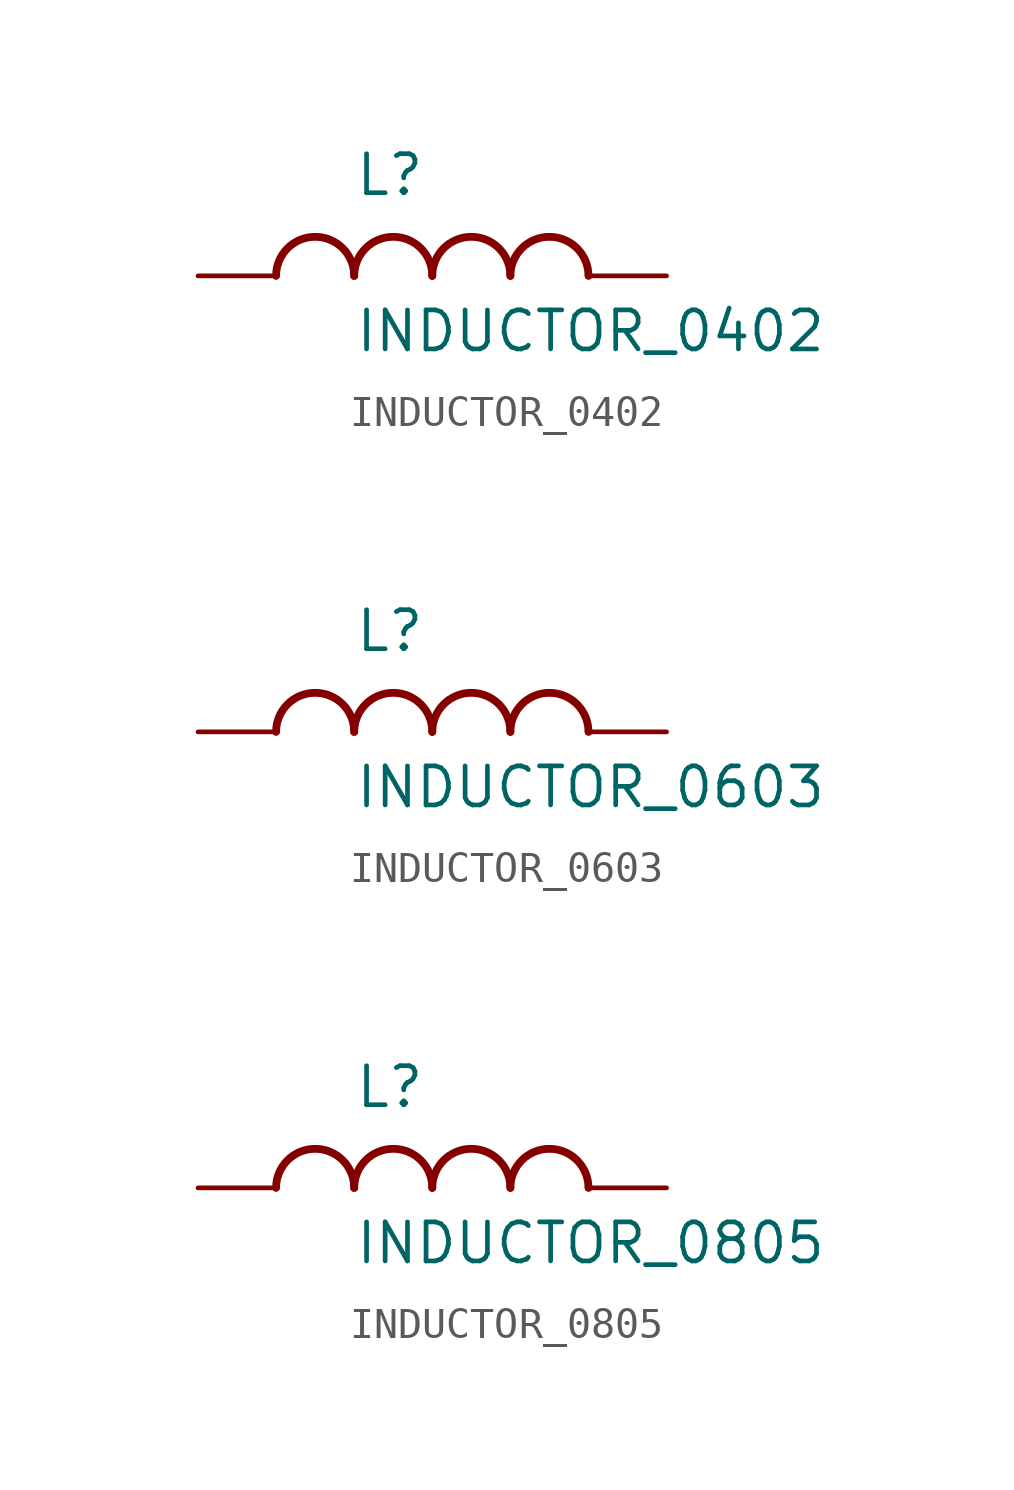
<source format=kicad_sym>
(kicad_symbol_lib
  (version 20211014)
  (generator kicad_symbol_editor)
  (symbol "INDUCTOR_0402"
    (pin_numbers hide)
    (pin_names hide)
    (property "Reference" "L"
      (at -2.54 2.54 0)
      (effects (font (size 1.27 1.27)) (justify left bottom)))
    (property "Value" "INDUCTOR_0402"
      (at -2.54 -2.54 0)
      (effects (font (size 1.27 1.27)) (justify left bottom)))
    (property "Datasheet" ""
      (at 0 0 0))
    (property "ki_fp_filters" "FlashPCB_Inductors:INDUCTOR_0402"
      (at 0 0 0))
    (symbol "INDUCTOR_0402_1_1"
      (arc (start -2.54 0) (mid -3.81 1.27) (end -5.08 0) (stroke (width 0.254) (type default)) (fill (type none)))
      (arc (start 0 0) (mid -1.27 1.27) (end -2.54 0) (stroke (width 0.254) (type default)) (fill (type none)))
      (arc (start 2.54 0) (mid 1.27 1.27) (end 0 0) (stroke (width 0.254) (type default)) (fill (type none)))
      (arc (start 5.08 0) (mid 3.81 1.27) (end 2.54 0) (stroke (width 0.254) (type default)) (fill (type none)))
      (pin bidirectional line (at -7.62 0 0) (length 2.54) (name "1" (effects (font (size 0 0)))) (number "1" (effects (font (size 0 0)))))
      (pin bidirectional line (at 7.62 0 180) (length 2.54) (name "2" (effects (font (size 0 0)))) (number "2" (effects (font (size 0 0)))))))
  (symbol "INDUCTOR_0603"
    (pin_numbers hide)
    (pin_names hide)
    (property "Reference" "L"
      (at -2.54 2.54 0)
      (effects (font (size 1.27 1.27)) (justify left bottom)))
    (property "Value" "INDUCTOR_0603"
      (at -2.54 -2.54 0)
      (effects (font (size 1.27 1.27)) (justify left bottom)))
    (property "Datasheet" ""
      (at 0 0 0))
    (property "ki_fp_filters" "FlashPCB_Inductors:INDUCTOR_0603"
      (at 0 0 0))
    (symbol "INDUCTOR_0603_1_1"
      (arc (start -2.54 0) (mid -3.81 1.27) (end -5.08 0) (stroke (width 0.254) (type default)) (fill (type none)))
      (arc (start 0 0) (mid -1.27 1.27) (end -2.54 0) (stroke (width 0.254) (type default)) (fill (type none)))
      (arc (start 2.54 0) (mid 1.27 1.27) (end 0 0) (stroke (width 0.254) (type default)) (fill (type none)))
      (arc (start 5.08 0) (mid 3.81 1.27) (end 2.54 0) (stroke (width 0.254) (type default)) (fill (type none)))
      (pin bidirectional line (at -7.62 0 0) (length 2.54) (name "1" (effects (font (size 0 0)))) (number "1" (effects (font (size 0 0)))))
      (pin bidirectional line (at 7.62 0 180) (length 2.54) (name "2" (effects (font (size 0 0)))) (number "2" (effects (font (size 0 0)))))))
  (symbol "INDUCTOR_0805"
    (pin_numbers hide)
    (pin_names hide)
    (property "Reference" "L"
      (at -2.54 2.54 0)
      (effects (font (size 1.27 1.27)) (justify left bottom)))
    (property "Value" "INDUCTOR_0805"
      (at -2.54 -2.54 0)
      (effects (font (size 1.27 1.27)) (justify left bottom)))
    (property "Datasheet" ""
      (at 0 0 0))
    (property "ki_fp_filters" "FlashPCB_Inductors:INDUCTOR_0805"
      (at 0 0 0))
    (symbol "INDUCTOR_0805_1_1"
      (arc (start -2.54 0) (mid -3.81 1.27) (end -5.08 0) (stroke (width 0.254) (type default)) (fill (type none)))
      (arc (start 0 0) (mid -1.27 1.27) (end -2.54 0) (stroke (width 0.254) (type default)) (fill (type none)))
      (arc (start 2.54 0) (mid 1.27 1.27) (end 0 0) (stroke (width 0.254) (type default)) (fill (type none)))
      (arc (start 5.08 0) (mid 3.81 1.27) (end 2.54 0) (stroke (width 0.254) (type default)) (fill (type none)))
      (pin bidirectional line (at -7.62 0 0) (length 2.54) (name "1" (effects (font (size 0 0)))) (number "1" (effects (font (size 0 0)))))
      (pin bidirectional line (at 7.62 0 180) (length 2.54) (name "2" (effects (font (size 0 0)))) (number "2" (effects (font (size 0 0))))))))
</source>
